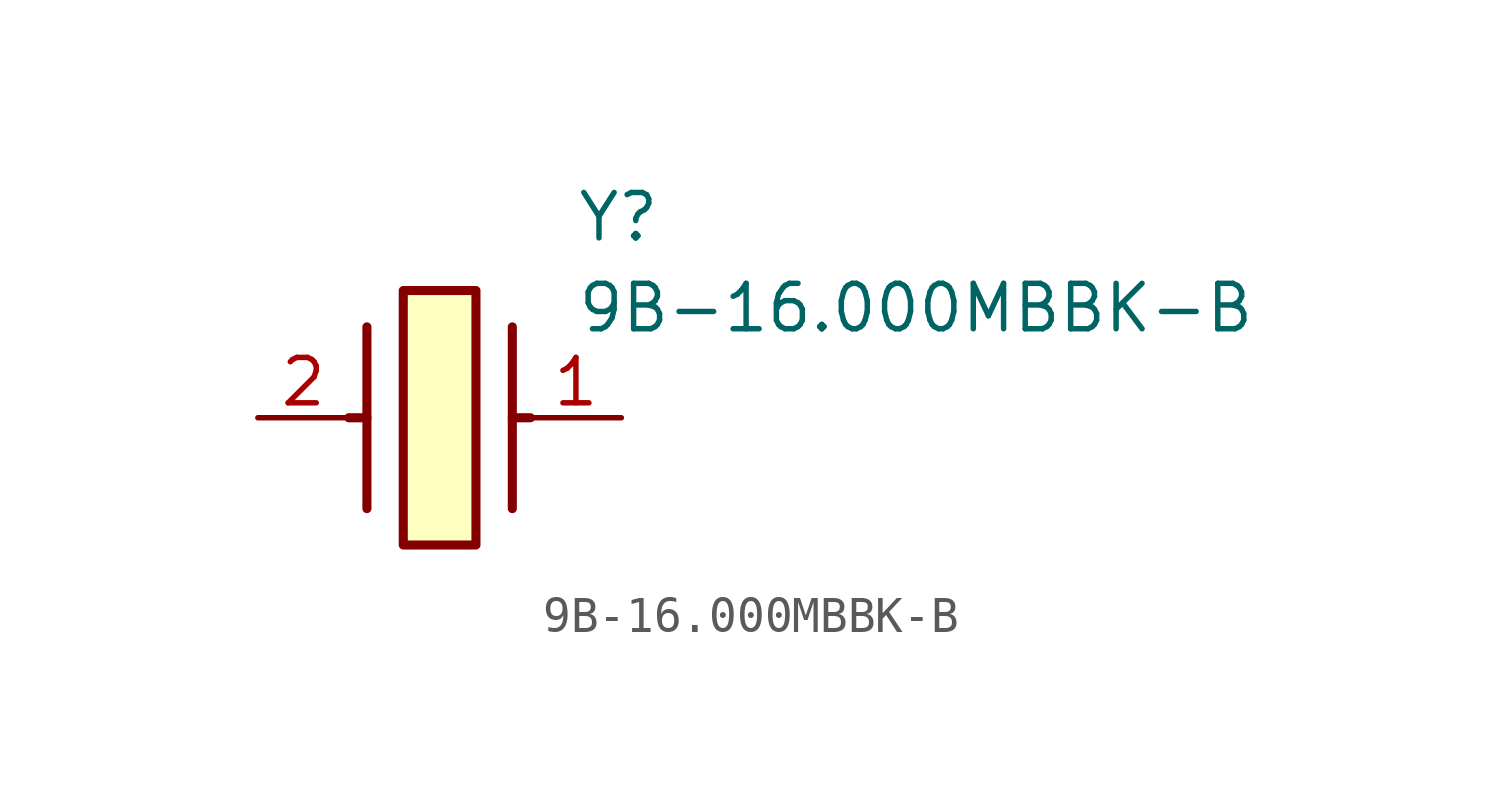
<source format=kicad_sym>
(kicad_symbol_lib
  (version 20241209)
  (generator "kicad_symbol_editor")
  (generator_version "9.0")
  (symbol "9B-16.000MBBK-B"
    (pin_names
      (hide yes))
    (property "Reference" "Y"
      (at 8.89 6.35 0)
      (effects (font (size 1.27 1.27)) (justify left top)))
    (property "Value" "9B-16.000MBBK-B"
      (at 8.89 3.81 0)
      (effects (font (size 1.27 1.27)) (justify left top)))
    (symbol "9B-16.000MBBK-B_1_1"
      (polyline (pts (xy 3.048 2.54) (xy 3.048 -2.54)) (stroke (width 0.254) (type default)) (fill (type none)))
      (polyline (pts (xy 3.048 0) (xy 2.54 0)) (stroke (width 0.254) (type default)) (fill (type none)))
      (rectangle (start 4.064 3.556) (end 6.096 -3.556) (stroke (width 0.254) (type default)) (fill (type background)))
      (polyline (pts (xy 7.112 2.54) (xy 7.112 -2.54)) (stroke (width 0.254) (type default)) (fill (type none)))
      (polyline (pts (xy 7.112 0) (xy 7.62 0)) (stroke (width 0.254) (type default)) (fill (type none)))
      (pin passive line (at 0 0 0) (length 2.54) (name "CRYSTAL_2" (effects (font (size 1.27 1.27)))) (number "2" (effects (font (size 1.27 1.27)))))
      (pin passive line (at 10.16 0 180) (length 2.54) (name "1" (effects (font (size 1.27 1.27)))) (number "1" (effects (font (size 1.27 1.27))))))))
</source>
